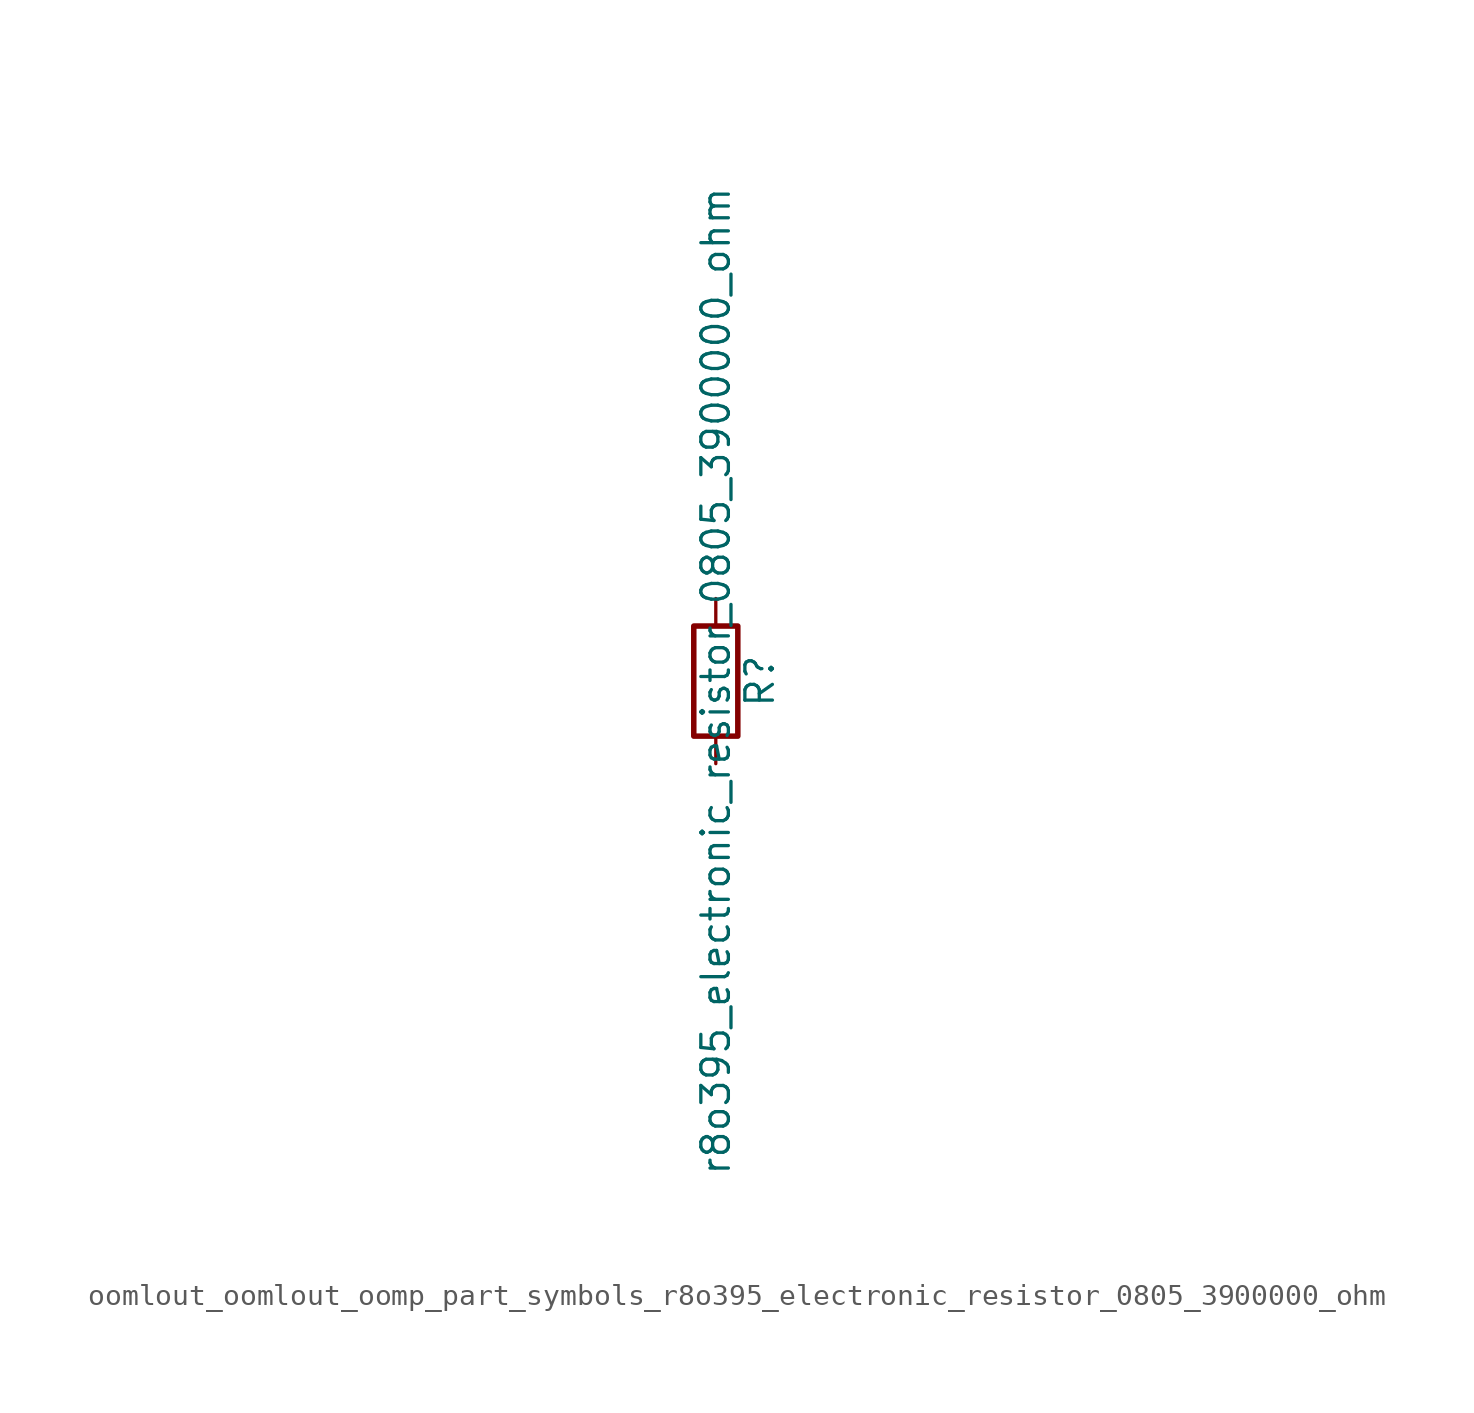
<source format=kicad_sym>
(kicad_symbol_lib
  (version 20220914)
  (generator kicad_symbol_editor)
  (symbol "oomlout_oomlout_oomp_part_symbols_r8o395_electronic_resistor_0805_3900000_ohm"
    (pin_numbers hide)
    (pin_names
      (offset 0))
    (property "Reference" "R"
      (at 2.032 0 90)
      (effects (font (size 1.27 1.27))))
    (property "Value" "r8o395_electronic_resistor_0805_3900000_ohm"
      (at 0 0 90)
      (effects (font (size 1.27 1.27))))
    (symbol "oomlout_oomlout_oomp_part_symbols_r8o395_electronic_resistor_0805_3900000_ohm_0_1"
      (rectangle (start -1.016 -2.54) (end 1.016 2.54) (stroke (width 0.254) (type default)) (fill (type none))))
    (symbol "oomlout_oomlout_oomp_part_symbols_r8o395_electronic_resistor_0805_3900000_ohm_1_1"
      (pin passive line (at 0 3.81 270) (length 1.27) (name "~" (effects (font (size 1.27 1.27)))) (number "1" (effects (font (size 1.27 1.27)))))
      (pin passive line (at 0 -3.81 90) (length 1.27) (name "~" (effects (font (size 1.27 1.27)))) (number "2" (effects (font (size 1.27 1.27))))))))
</source>
